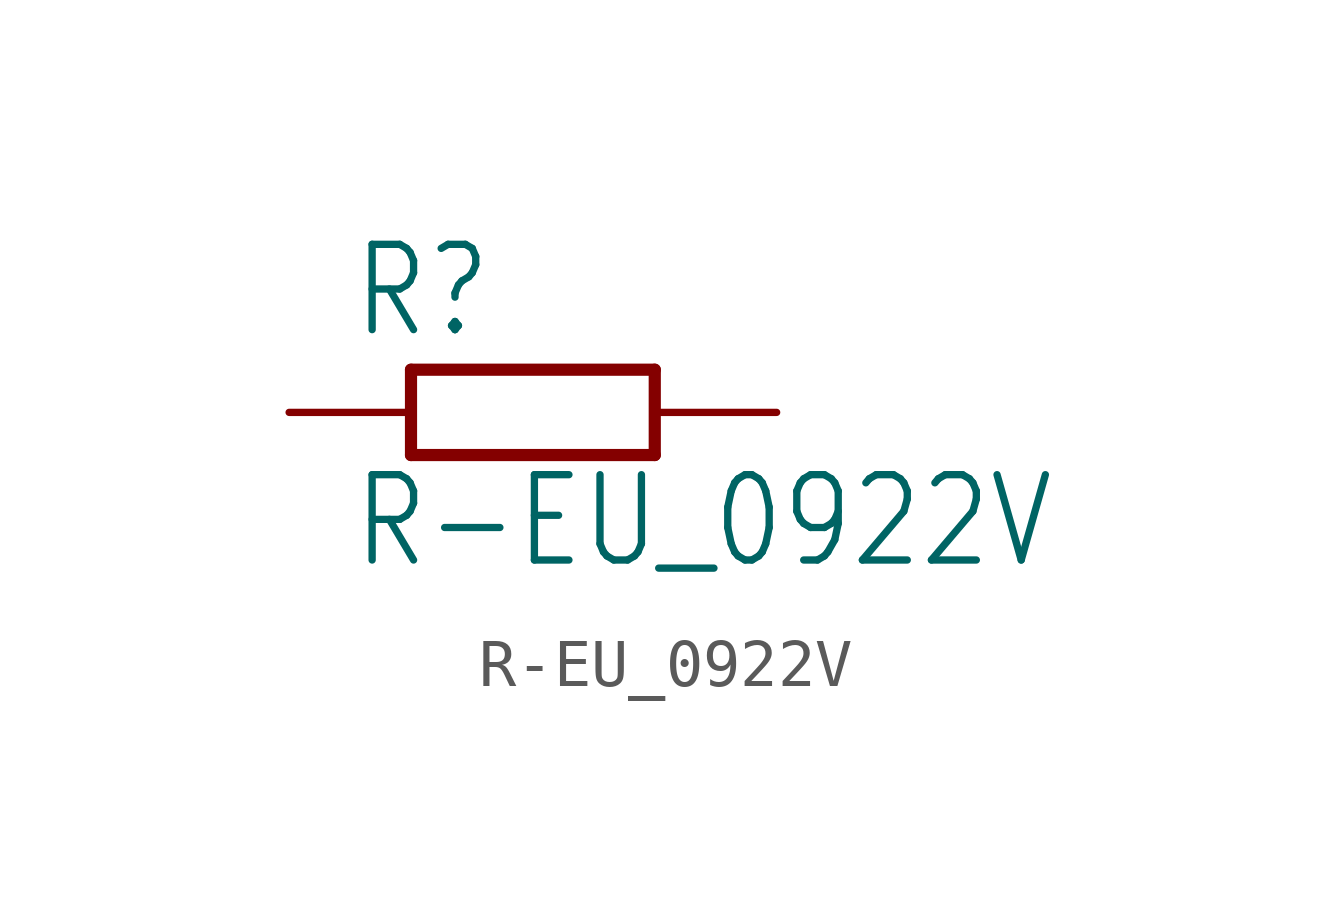
<source format=kicad_sym>
(kicad_symbol_lib
  (version 20220914)
  (generator kicad_symbol_editor)
  (symbol "R-EU_0922V"
    (property "Reference" "R"
      (at -3.81 1.499 0)
      (effects (font (size 1.778 1.511)) (justify left bottom)))
    (property "Value" "R-EU_0922V"
      (at -3.81 -3.302 0)
      (effects (font (size 1.778 1.511)) (justify left bottom)))
    (property "ki_locked" ""
      (at 0 0 0)
      (effects (font (size 1.27 1.27))))
    (symbol "R-EU_0922V_1_0"
      (polyline (pts (xy -2.54 -0.889) (xy -2.54 0.889)) (stroke (width 0.254) (type default)) (fill (type none)))
      (polyline (pts (xy -2.54 -0.889) (xy 2.54 -0.889)) (stroke (width 0.254) (type default)) (fill (type none)))
      (polyline (pts (xy 2.54 -0.889) (xy 2.54 0.889)) (stroke (width 0.254) (type default)) (fill (type none)))
      (polyline (pts (xy 2.54 0.889) (xy -2.54 0.889)) (stroke (width 0.254) (type default)) (fill (type none)))
      (pin passive line (at -5.08 0 0) (length 2.54) (name "1" (effects (font (size 0 0)))) (number "1" (effects (font (size 0 0)))))
      (pin passive line (at 5.08 0 180) (length 2.54) (name "2" (effects (font (size 0 0)))) (number "2" (effects (font (size 0 0))))))))
</source>
